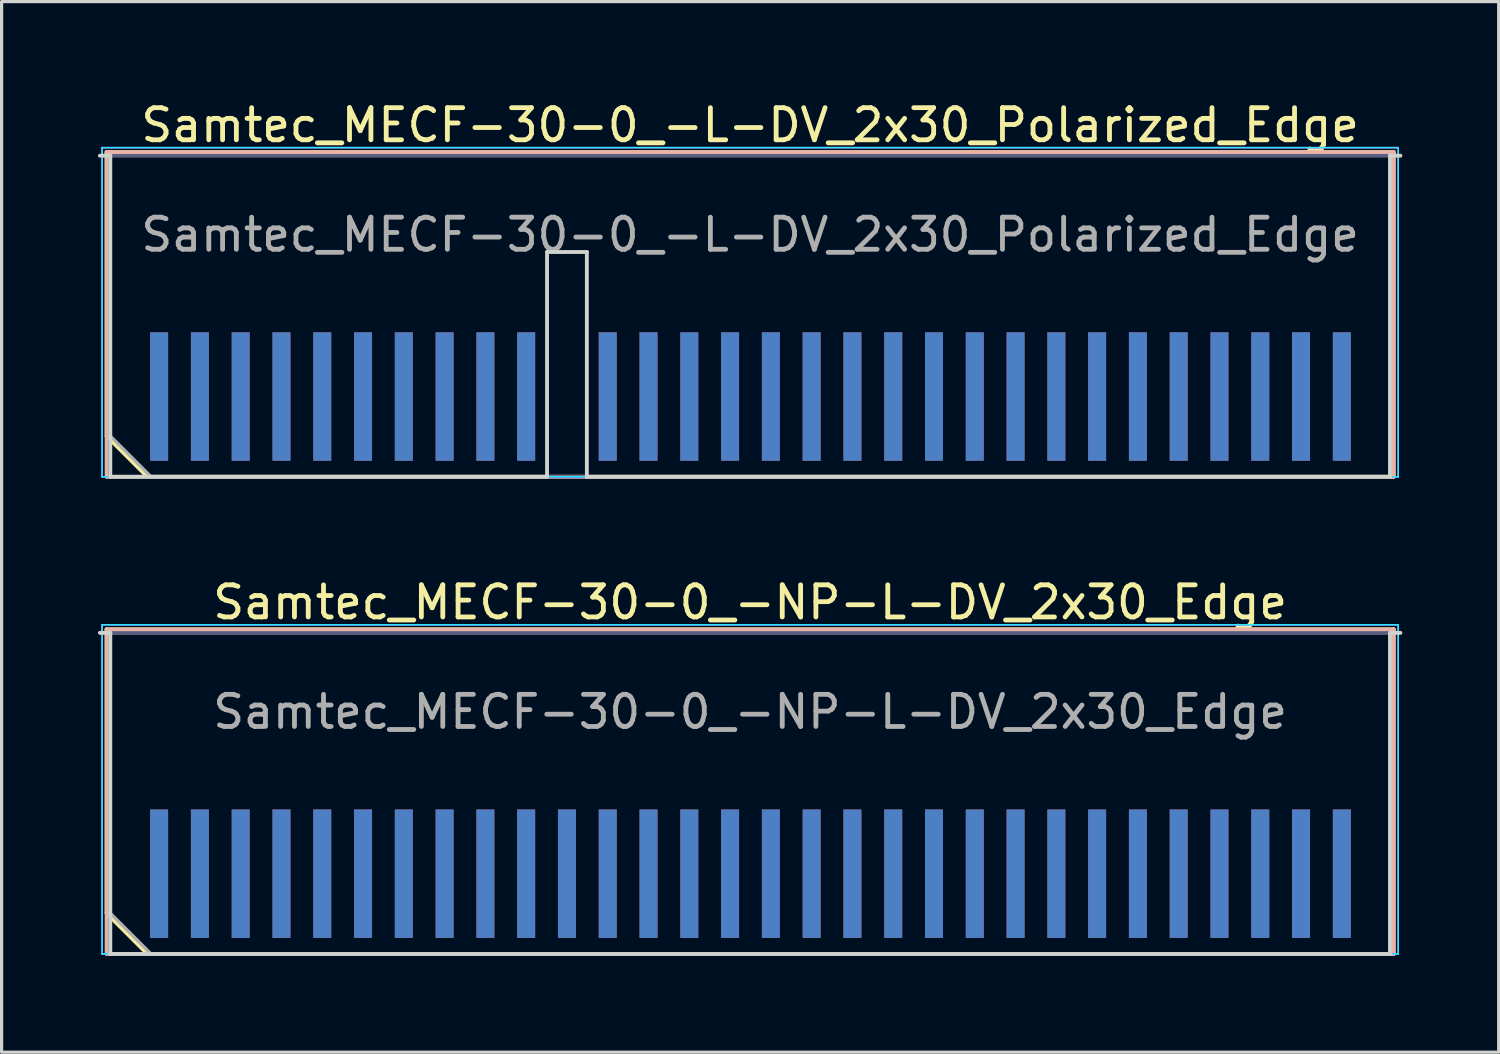
<source format=kicad_pcb>
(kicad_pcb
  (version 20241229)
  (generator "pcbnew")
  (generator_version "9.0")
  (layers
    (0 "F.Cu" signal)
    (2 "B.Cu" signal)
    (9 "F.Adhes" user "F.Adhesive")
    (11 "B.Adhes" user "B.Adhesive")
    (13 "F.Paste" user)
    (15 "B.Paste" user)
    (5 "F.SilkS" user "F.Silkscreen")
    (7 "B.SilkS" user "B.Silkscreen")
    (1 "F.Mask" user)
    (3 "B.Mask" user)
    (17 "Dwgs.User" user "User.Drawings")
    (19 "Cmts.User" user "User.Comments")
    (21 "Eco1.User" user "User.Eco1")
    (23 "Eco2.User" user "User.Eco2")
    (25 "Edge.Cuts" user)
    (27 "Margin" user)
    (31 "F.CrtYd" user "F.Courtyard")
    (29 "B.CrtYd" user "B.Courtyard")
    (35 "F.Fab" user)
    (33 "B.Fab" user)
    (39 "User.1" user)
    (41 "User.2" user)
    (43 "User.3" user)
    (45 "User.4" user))
  (footprint "Samtec_MECF-30-0_-L-DV_2x30_Polarized_Edge"
    (layer "F.Cu")
    (at 20.31 6.798)
    (property "Reference" "Samtec_MECF-30-0_-L-DV_2x30_Polarized_Edge" (at 0 -5.95 0) (layer "F.SilkS") (effects (font (size 1 1) (thickness 0.15))))
    (attr exclude_from_pos_files exclude_from_bom)
    (fp_line (start -20.04 -5.11) (end 20.04 -5.11) (stroke (width 0.12) (type solid)) (layer "F.SilkS"))
    (fp_line (start -20.04 3.73) (end -20.04 -5.11) (stroke (width 0.12) (type solid)) (layer "F.SilkS"))
    (fp_line (start -18.77 5) (end -20.04 3.73) (stroke (width 0.12) (type solid)) (layer "F.SilkS"))
    (fp_line (start -18.77 5) (end 20.04 5) (stroke (width 0.12) (type solid)) (layer "F.SilkS"))
    (fp_line (start 20.04 5) (end 20.04 -5.11) (stroke (width 0.12) (type solid)) (layer "F.SilkS"))
    (fp_line (start -20.04 -5.11) (end 20.04 -5.11) (stroke (width 0.12) (type solid)) (layer "B.SilkS"))
    (fp_line (start -20.04 5) (end -20.04 -5.11) (stroke (width 0.12) (type solid)) (layer "B.SilkS"))
    (fp_line (start -20.04 5) (end 20.04 5) (stroke (width 0.12) (type solid)) (layer "B.SilkS"))
    (fp_line (start 20.04 5) (end 20.04 -5.11) (stroke (width 0.12) (type solid)) (layer "B.SilkS"))
    (fp_line (start -20.25 -5) (end -19.925 -5) (stroke (width 0.12) (type solid)) (layer "Edge.Cuts"))
    (fp_line (start -19.925 5) (end -19.925 -5) (stroke (width 0.12) (type solid)) (layer "Edge.Cuts"))
    (fp_line (start -19.925 5) (end -6.325 5) (stroke (width 0.12) (type solid)) (layer "Edge.Cuts"))
    (fp_line (start -6.325 -2) (end -5.085 -2) (stroke (width 0.12) (type solid)) (layer "Edge.Cuts"))
    (fp_line (start -6.325 5) (end -6.325 -2) (stroke (width 0.12) (type solid)) (layer "Edge.Cuts"))
    (fp_line (start -5.085 5) (end -5.085 -2) (stroke (width 0.12) (type solid)) (layer "Edge.Cuts"))
    (fp_line (start -5.085 5) (end 19.925 5) (stroke (width 0.12) (type solid)) (layer "Edge.Cuts"))
    (fp_line (start 19.925 5) (end 19.925 -5) (stroke (width 0.12) (type solid)) (layer "Edge.Cuts"))
    (fp_line (start 20.25 -5) (end 19.925 -5) (stroke (width 0.12) (type solid)) (layer "Edge.Cuts"))
    (fp_line (start -20.18 -5.25) (end -20.18 5) (stroke (width 0.05) (type solid)) (layer "B.CrtYd"))
    (fp_line (start -20.18 5) (end 20.18 5) (stroke (width 0.05) (type solid)) (layer "B.CrtYd"))
    (fp_line (start 20.18 -5.25) (end -20.18 -5.25) (stroke (width 0.05) (type solid)) (layer "B.CrtYd"))
    (fp_line (start 20.18 5) (end 20.18 -5.25) (stroke (width 0.05) (type solid)) (layer "B.CrtYd"))
    (fp_line (start -20.18 -5.25) (end -20.18 5) (stroke (width 0.05) (type solid)) (layer "F.CrtYd"))
    (fp_line (start -20.18 5) (end 20.18 5) (stroke (width 0.05) (type solid)) (layer "F.CrtYd"))
    (fp_line (start 20.18 -5.25) (end -20.18 -5.25) (stroke (width 0.05) (type solid)) (layer "F.CrtYd"))
    (fp_line (start 20.18 5) (end 20.18 -5.25) (stroke (width 0.05) (type solid)) (layer "F.CrtYd"))
    (fp_line (start -19.925 -5) (end 19.925 -5) (stroke (width 0.1) (type solid)) (layer "B.Fab"))
    (fp_line (start -19.925 5) (end -19.925 -5) (stroke (width 0.1) (type solid)) (layer "B.Fab"))
    (fp_line (start -19.925 5) (end 19.925 5) (stroke (width 0.1) (type solid)) (layer "B.Fab"))
    (fp_line (start 19.925 5) (end 19.925 -5) (stroke (width 0.1) (type solid)) (layer "B.Fab"))
    (fp_line (start -19.925 -5) (end 19.925 -5) (stroke (width 0.1) (type solid)) (layer "F.Fab"))
    (fp_line (start -19.925 3.73) (end -19.925 -5) (stroke (width 0.1) (type solid)) (layer "F.Fab"))
    (fp_line (start -19.925 3.73) (end -18.655 5) (stroke (width 0.1) (type solid)) (layer "F.Fab"))
    (fp_line (start -18.655 5) (end 19.925 5) (stroke (width 0.1) (type solid)) (layer "F.Fab"))
    (fp_line (start 19.925 5) (end 19.925 -5) (stroke (width 0.1) (type solid)) (layer "F.Fab"))
    (fp_text user "${REFERENCE}" (at 0 -2.54 0) (layer "F.Fab") (effects (font (size 1 1) (thickness 0.15))))
    (pad "1" connect rect (at -18.405 2.5) (size 0.56 4) (layers "F.Cu" "F.Mask"))
    (pad "2" connect rect (at -18.405 2.5) (size 0.56 4) (layers "B.Cu" "B.Mask"))
    (pad "3" connect rect (at -17.135 2.5) (size 0.56 4) (layers "F.Cu" "F.Mask"))
    (pad "4" connect rect (at -17.135 2.5) (size 0.56 4) (layers "B.Cu" "B.Mask"))
    (pad "5" connect rect (at -15.865 2.5) (size 0.56 4) (layers "F.Cu" "F.Mask"))
    (pad "6" connect rect (at -15.865 2.5) (size 0.56 4) (layers "B.Cu" "B.Mask"))
    (pad "7" connect rect (at -14.595 2.5) (size 0.56 4) (layers "F.Cu" "F.Mask"))
    (pad "8" connect rect (at -14.595 2.5) (size 0.56 4) (layers "B.Cu" "B.Mask"))
    (pad "9" connect rect (at -13.325 2.5) (size 0.56 4) (layers "F.Cu" "F.Mask"))
    (pad "10" connect rect (at -13.325 2.5) (size 0.56 4) (layers "B.Cu" "B.Mask"))
    (pad "11" connect rect (at -12.055 2.5) (size 0.56 4) (layers "F.Cu" "F.Mask"))
    (pad "12" connect rect (at -12.055 2.5) (size 0.56 4) (layers "B.Cu" "B.Mask"))
    (pad "13" connect rect (at -10.785 2.5) (size 0.56 4) (layers "F.Cu" "F.Mask"))
    (pad "14" connect rect (at -10.785 2.5) (size 0.56 4) (layers "B.Cu" "B.Mask"))
    (pad "15" connect rect (at -9.515 2.5) (size 0.56 4) (layers "F.Cu" "F.Mask"))
    (pad "16" connect rect (at -9.515 2.5) (size 0.56 4) (layers "B.Cu" "B.Mask"))
    (pad "17" connect rect (at -8.245 2.5) (size 0.56 4) (layers "F.Cu" "F.Mask"))
    (pad "18" connect rect (at -8.245 2.5) (size 0.56 4) (layers "B.Cu" "B.Mask"))
    (pad "19" connect rect (at -6.975 2.5) (size 0.56 4) (layers "F.Cu" "F.Mask"))
    (pad "20" connect rect (at -6.975 2.5) (size 0.56 4) (layers "B.Cu" "B.Mask"))
    (pad "23" connect rect (at -4.435 2.5) (size 0.56 4) (layers "F.Cu" "F.Mask"))
    (pad "24" connect rect (at -4.435 2.5) (size 0.56 4) (layers "B.Cu" "B.Mask"))
    (pad "25" connect rect (at -3.165 2.5) (size 0.56 4) (layers "F.Cu" "F.Mask"))
    (pad "26" connect rect (at -3.165 2.5) (size 0.56 4) (layers "B.Cu" "B.Mask"))
    (pad "27" connect rect (at -1.895 2.5) (size 0.56 4) (layers "F.Cu" "F.Mask"))
    (pad "28" connect rect (at -1.895 2.5) (size 0.56 4) (layers "B.Cu" "B.Mask"))
    (pad "29" connect rect (at -0.625 2.5) (size 0.56 4) (layers "F.Cu" "F.Mask"))
    (pad "30" connect rect (at -0.625 2.5) (size 0.56 4) (layers "B.Cu" "B.Mask"))
    (pad "31" connect rect (at 0.645 2.5) (size 0.56 4) (layers "F.Cu" "F.Mask"))
    (pad "32" connect rect (at 0.645 2.5) (size 0.56 4) (layers "B.Cu" "B.Mask"))
    (pad "33" connect rect (at 1.915 2.5) (size 0.56 4) (layers "F.Cu" "F.Mask"))
    (pad "34" connect rect (at 1.915 2.5) (size 0.56 4) (layers "B.Cu" "B.Mask"))
    (pad "35" connect rect (at 3.185 2.5) (size 0.56 4) (layers "F.Cu" "F.Mask"))
    (pad "36" connect rect (at 3.185 2.5) (size 0.56 4) (layers "B.Cu" "B.Mask"))
    (pad "37" connect rect (at 4.455 2.5) (size 0.56 4) (layers "F.Cu" "F.Mask"))
    (pad "38" connect rect (at 4.455 2.5) (size 0.56 4) (layers "B.Cu" "B.Mask"))
    (pad "39" connect rect (at 5.725 2.5) (size 0.56 4) (layers "F.Cu" "F.Mask"))
    (pad "40" connect rect (at 5.725 2.5) (size 0.56 4) (layers "B.Cu" "B.Mask"))
    (pad "41" connect rect (at 6.995 2.5) (size 0.56 4) (layers "F.Cu" "F.Mask"))
    (pad "42" connect rect (at 6.995 2.5) (size 0.56 4) (layers "B.Cu" "B.Mask"))
    (pad "43" connect rect (at 8.265 2.5) (size 0.56 4) (layers "F.Cu" "F.Mask"))
    (pad "44" connect rect (at 8.265 2.5) (size 0.56 4) (layers "B.Cu" "B.Mask"))
    (pad "45" connect rect (at 9.535 2.5) (size 0.56 4) (layers "F.Cu" "F.Mask"))
    (pad "46" connect rect (at 9.535 2.5) (size 0.56 4) (layers "B.Cu" "B.Mask"))
    (pad "47" connect rect (at 10.805 2.5) (size 0.56 4) (layers "F.Cu" "F.Mask"))
    (pad "48" connect rect (at 10.805 2.5) (size 0.56 4) (layers "B.Cu" "B.Mask"))
    (pad "49" connect rect (at 12.075 2.5) (size 0.56 4) (layers "F.Cu" "F.Mask"))
    (pad "50" connect rect (at 12.075 2.5) (size 0.56 4) (layers "B.Cu" "B.Mask"))
    (pad "51" connect rect (at 13.345 2.5) (size 0.56 4) (layers "F.Cu" "F.Mask"))
    (pad "52" connect rect (at 13.345 2.5) (size 0.56 4) (layers "B.Cu" "B.Mask"))
    (pad "53" connect rect (at 14.615 2.5) (size 0.56 4) (layers "F.Cu" "F.Mask"))
    (pad "54" connect rect (at 14.615 2.5) (size 0.56 4) (layers "B.Cu" "B.Mask"))
    (pad "55" connect rect (at 15.885 2.5) (size 0.56 4) (layers "F.Cu" "F.Mask"))
    (pad "56" connect rect (at 15.885 2.5) (size 0.56 4) (layers "B.Cu" "B.Mask"))
    (pad "57" connect rect (at 17.155 2.5) (size 0.56 4) (layers "F.Cu" "F.Mask"))
    (pad "58" connect rect (at 17.155 2.5) (size 0.56 4) (layers "B.Cu" "B.Mask"))
    (pad "59" connect rect (at 18.425 2.5) (size 0.56 4) (layers "F.Cu" "F.Mask"))
    (pad "60" connect rect (at 18.425 2.5) (size 0.56 4) (layers "B.Cu" "B.Mask")))
  (footprint "Samtec_MECF-30-0_-NP-L-DV_2x30_Edge"
    (layer "F.Cu")
    (at 20.31 21.657)
    (property "Reference" "Samtec_MECF-30-0_-NP-L-DV_2x30_Edge" (at 0 -5.95 0) (layer "F.SilkS") (effects (font (size 1 1) (thickness 0.15))))
    (attr exclude_from_pos_files exclude_from_bom)
    (fp_line (start -20.04 -5.11) (end 20.04 -5.11) (stroke (width 0.12) (type solid)) (layer "F.SilkS"))
    (fp_line (start -20.04 3.73) (end -20.04 -5.11) (stroke (width 0.12) (type solid)) (layer "F.SilkS"))
    (fp_line (start -18.77 5) (end -20.04 3.73) (stroke (width 0.12) (type solid)) (layer "F.SilkS"))
    (fp_line (start -18.77 5) (end 20.04 5) (stroke (width 0.12) (type solid)) (layer "F.SilkS"))
    (fp_line (start 20.04 5) (end 20.04 -5.11) (stroke (width 0.12) (type solid)) (layer "F.SilkS"))
    (fp_line (start -20.04 -5.11) (end 20.04 -5.11) (stroke (width 0.12) (type solid)) (layer "B.SilkS"))
    (fp_line (start -20.04 5) (end -20.04 -5.11) (stroke (width 0.12) (type solid)) (layer "B.SilkS"))
    (fp_line (start -20.04 5) (end 20.04 5) (stroke (width 0.12) (type solid)) (layer "B.SilkS"))
    (fp_line (start 20.04 5) (end 20.04 -5.11) (stroke (width 0.12) (type solid)) (layer "B.SilkS"))
    (fp_line (start -20.25 -5) (end -19.925 -5) (stroke (width 0.12) (type solid)) (layer "Edge.Cuts"))
    (fp_line (start -19.925 5) (end -19.925 -5) (stroke (width 0.12) (type solid)) (layer "Edge.Cuts"))
    (fp_line (start -19.925 5) (end 19.925 5) (stroke (width 0.12) (type solid)) (layer "Edge.Cuts"))
    (fp_line (start 19.925 5) (end 19.925 -5) (stroke (width 0.12) (type solid)) (layer "Edge.Cuts"))
    (fp_line (start 20.25 -5) (end 19.925 -5) (stroke (width 0.12) (type solid)) (layer "Edge.Cuts"))
    (fp_line (start -20.18 -5.25) (end -20.18 5) (stroke (width 0.05) (type solid)) (layer "B.CrtYd"))
    (fp_line (start -20.18 5) (end 20.18 5) (stroke (width 0.05) (type solid)) (layer "B.CrtYd"))
    (fp_line (start 20.18 -5.25) (end -20.18 -5.25) (stroke (width 0.05) (type solid)) (layer "B.CrtYd"))
    (fp_line (start 20.18 5) (end 20.18 -5.25) (stroke (width 0.05) (type solid)) (layer "B.CrtYd"))
    (fp_line (start -20.18 -5.25) (end -20.18 5) (stroke (width 0.05) (type solid)) (layer "F.CrtYd"))
    (fp_line (start -20.18 5) (end 20.18 5) (stroke (width 0.05) (type solid)) (layer "F.CrtYd"))
    (fp_line (start 20.18 -5.25) (end -20.18 -5.25) (stroke (width 0.05) (type solid)) (layer "F.CrtYd"))
    (fp_line (start 20.18 5) (end 20.18 -5.25) (stroke (width 0.05) (type solid)) (layer "F.CrtYd"))
    (fp_line (start -19.925 -5) (end 19.925 -5) (stroke (width 0.1) (type solid)) (layer "B.Fab"))
    (fp_line (start -19.925 5) (end -19.925 -5) (stroke (width 0.1) (type solid)) (layer "B.Fab"))
    (fp_line (start -19.925 5) (end 19.925 5) (stroke (width 0.1) (type solid)) (layer "B.Fab"))
    (fp_line (start 19.925 5) (end 19.925 -5) (stroke (width 0.1) (type solid)) (layer "B.Fab"))
    (fp_line (start -19.925 -5) (end 19.925 -5) (stroke (width 0.1) (type solid)) (layer "F.Fab"))
    (fp_line (start -19.925 3.73) (end -19.925 -5) (stroke (width 0.1) (type solid)) (layer "F.Fab"))
    (fp_line (start -19.925 3.73) (end -18.655 5) (stroke (width 0.1) (type solid)) (layer "F.Fab"))
    (fp_line (start -18.655 5) (end 19.925 5) (stroke (width 0.1) (type solid)) (layer "F.Fab"))
    (fp_line (start 19.925 5) (end 19.925 -5) (stroke (width 0.1) (type solid)) (layer "F.Fab"))
    (fp_text user "${REFERENCE}" (at 0 -2.54 0) (layer "F.Fab") (effects (font (size 1 1) (thickness 0.15))))
    (pad "1" smd rect (at -18.405 2.5) (size 0.56 4) (layers "F.Cu" "F.Mask" "F.Paste"))
    (pad "2" smd rect (at -18.405 2.5) (size 0.56 4) (layers "B.Cu" "B.Mask" "B.Paste"))
    (pad "3" smd rect (at -17.135 2.5) (size 0.56 4) (layers "F.Cu" "F.Mask" "F.Paste"))
    (pad "4" smd rect (at -17.135 2.5) (size 0.56 4) (layers "B.Cu" "B.Mask" "B.Paste"))
    (pad "5" smd rect (at -15.865 2.5) (size 0.56 4) (layers "F.Cu" "F.Mask" "F.Paste"))
    (pad "6" smd rect (at -15.865 2.5) (size 0.56 4) (layers "B.Cu" "B.Mask" "B.Paste"))
    (pad "7" smd rect (at -14.595 2.5) (size 0.56 4) (layers "F.Cu" "F.Mask" "F.Paste"))
    (pad "8" smd rect (at -14.595 2.5) (size 0.56 4) (layers "B.Cu" "B.Mask" "B.Paste"))
    (pad "9" smd rect (at -13.325 2.5) (size 0.56 4) (layers "F.Cu" "F.Mask" "F.Paste"))
    (pad "10" smd rect (at -13.325 2.5) (size 0.56 4) (layers "B.Cu" "B.Mask" "B.Paste"))
    (pad "11" smd rect (at -12.055 2.5) (size 0.56 4) (layers "F.Cu" "F.Mask" "F.Paste"))
    (pad "12" smd rect (at -12.055 2.5) (size 0.56 4) (layers "B.Cu" "B.Mask" "B.Paste"))
    (pad "13" smd rect (at -10.785 2.5) (size 0.56 4) (layers "F.Cu" "F.Mask" "F.Paste"))
    (pad "14" smd rect (at -10.785 2.5) (size 0.56 4) (layers "B.Cu" "B.Mask" "B.Paste"))
    (pad "15" smd rect (at -9.515 2.5) (size 0.56 4) (layers "F.Cu" "F.Mask" "F.Paste"))
    (pad "16" smd rect (at -9.515 2.5) (size 0.56 4) (layers "B.Cu" "B.Mask" "B.Paste"))
    (pad "17" smd rect (at -8.245 2.5) (size 0.56 4) (layers "F.Cu" "F.Mask" "F.Paste"))
    (pad "18" smd rect (at -8.245 2.5) (size 0.56 4) (layers "B.Cu" "B.Mask" "B.Paste"))
    (pad "19" smd rect (at -6.975 2.5) (size 0.56 4) (layers "F.Cu" "F.Mask" "F.Paste"))
    (pad "20" smd rect (at -6.975 2.5) (size 0.56 4) (layers "B.Cu" "B.Mask" "B.Paste"))
    (pad "21" smd rect (at -5.705 2.5) (size 0.56 4) (layers "F.Cu" "F.Mask" "F.Paste"))
    (pad "22" smd rect (at -5.705 2.5) (size 0.56 4) (layers "B.Cu" "B.Mask" "B.Paste"))
    (pad "23" smd rect (at -4.435 2.5) (size 0.56 4) (layers "F.Cu" "F.Mask" "F.Paste"))
    (pad "24" smd rect (at -4.435 2.5) (size 0.56 4) (layers "B.Cu" "B.Mask" "B.Paste"))
    (pad "25" smd rect (at -3.165 2.5) (size 0.56 4) (layers "F.Cu" "F.Mask" "F.Paste"))
    (pad "26" smd rect (at -3.165 2.5) (size 0.56 4) (layers "B.Cu" "B.Mask" "B.Paste"))
    (pad "27" smd rect (at -1.895 2.5) (size 0.56 4) (layers "F.Cu" "F.Mask" "F.Paste"))
    (pad "28" smd rect (at -1.895 2.5) (size 0.56 4) (layers "B.Cu" "B.Mask" "B.Paste"))
    (pad "29" smd rect (at -0.625 2.5) (size 0.56 4) (layers "F.Cu" "F.Mask" "F.Paste"))
    (pad "30" smd rect (at -0.625 2.5) (size 0.56 4) (layers "B.Cu" "B.Mask" "B.Paste"))
    (pad "31" smd rect (at 0.645 2.5) (size 0.56 4) (layers "F.Cu" "F.Mask" "F.Paste"))
    (pad "32" smd rect (at 0.645 2.5) (size 0.56 4) (layers "B.Cu" "B.Mask" "B.Paste"))
    (pad "33" smd rect (at 1.915 2.5) (size 0.56 4) (layers "F.Cu" "F.Mask" "F.Paste"))
    (pad "34" smd rect (at 1.915 2.5) (size 0.56 4) (layers "B.Cu" "B.Mask" "B.Paste"))
    (pad "35" smd rect (at 3.185 2.5) (size 0.56 4) (layers "F.Cu" "F.Mask" "F.Paste"))
    (pad "36" smd rect (at 3.185 2.5) (size 0.56 4) (layers "B.Cu" "B.Mask" "B.Paste"))
    (pad "37" smd rect (at 4.455 2.5) (size 0.56 4) (layers "F.Cu" "F.Mask" "F.Paste"))
    (pad "38" smd rect (at 4.455 2.5) (size 0.56 4) (layers "B.Cu" "B.Mask" "B.Paste"))
    (pad "39" smd rect (at 5.725 2.5) (size 0.56 4) (layers "F.Cu" "F.Mask" "F.Paste"))
    (pad "40" smd rect (at 5.725 2.5) (size 0.56 4) (layers "B.Cu" "B.Mask" "B.Paste"))
    (pad "41" smd rect (at 6.995 2.5) (size 0.56 4) (layers "F.Cu" "F.Mask" "F.Paste"))
    (pad "42" smd rect (at 6.995 2.5) (size 0.56 4) (layers "B.Cu" "B.Mask" "B.Paste"))
    (pad "43" smd rect (at 8.265 2.5) (size 0.56 4) (layers "F.Cu" "F.Mask" "F.Paste"))
    (pad "44" smd rect (at 8.265 2.5) (size 0.56 4) (layers "B.Cu" "B.Mask" "B.Paste"))
    (pad "45" smd rect (at 9.535 2.5) (size 0.56 4) (layers "F.Cu" "F.Mask" "F.Paste"))
    (pad "46" smd rect (at 9.535 2.5) (size 0.56 4) (layers "B.Cu" "B.Mask" "B.Paste"))
    (pad "47" smd rect (at 10.805 2.5) (size 0.56 4) (layers "F.Cu" "F.Mask" "F.Paste"))
    (pad "48" smd rect (at 10.805 2.5) (size 0.56 4) (layers "B.Cu" "B.Mask" "B.Paste"))
    (pad "49" smd rect (at 12.075 2.5) (size 0.56 4) (layers "F.Cu" "F.Mask" "F.Paste"))
    (pad "50" smd rect (at 12.075 2.5) (size 0.56 4) (layers "B.Cu" "B.Mask" "B.Paste"))
    (pad "51" smd rect (at 13.345 2.5) (size 0.56 4) (layers "F.Cu" "F.Mask" "F.Paste"))
    (pad "52" smd rect (at 13.345 2.5) (size 0.56 4) (layers "B.Cu" "B.Mask" "B.Paste"))
    (pad "53" smd rect (at 14.615 2.5) (size 0.56 4) (layers "F.Cu" "F.Mask" "F.Paste"))
    (pad "54" smd rect (at 14.615 2.5) (size 0.56 4) (layers "B.Cu" "B.Mask" "B.Paste"))
    (pad "55" smd rect (at 15.885 2.5) (size 0.56 4) (layers "F.Cu" "F.Mask" "F.Paste"))
    (pad "56" smd rect (at 15.885 2.5) (size 0.56 4) (layers "B.Cu" "B.Mask" "B.Paste"))
    (pad "57" smd rect (at 17.155 2.5) (size 0.56 4) (layers "F.Cu" "F.Mask" "F.Paste"))
    (pad "58" smd rect (at 17.155 2.5) (size 0.56 4) (layers "B.Cu" "B.Mask" "B.Paste"))
    (pad "59" smd rect (at 18.425 2.5) (size 0.56 4) (layers "F.Cu" "F.Mask" "F.Paste"))
    (pad "60" smd rect (at 18.425 2.5) (size 0.56 4) (layers "B.Cu" "B.Mask" "B.Paste")))
  (gr_rect
    (start -3 -3)
    (end 43.62 29.716)
    (stroke (width 0.1) (type default))
    (fill no)
    (layer "Edge.Cuts")))
</source>
